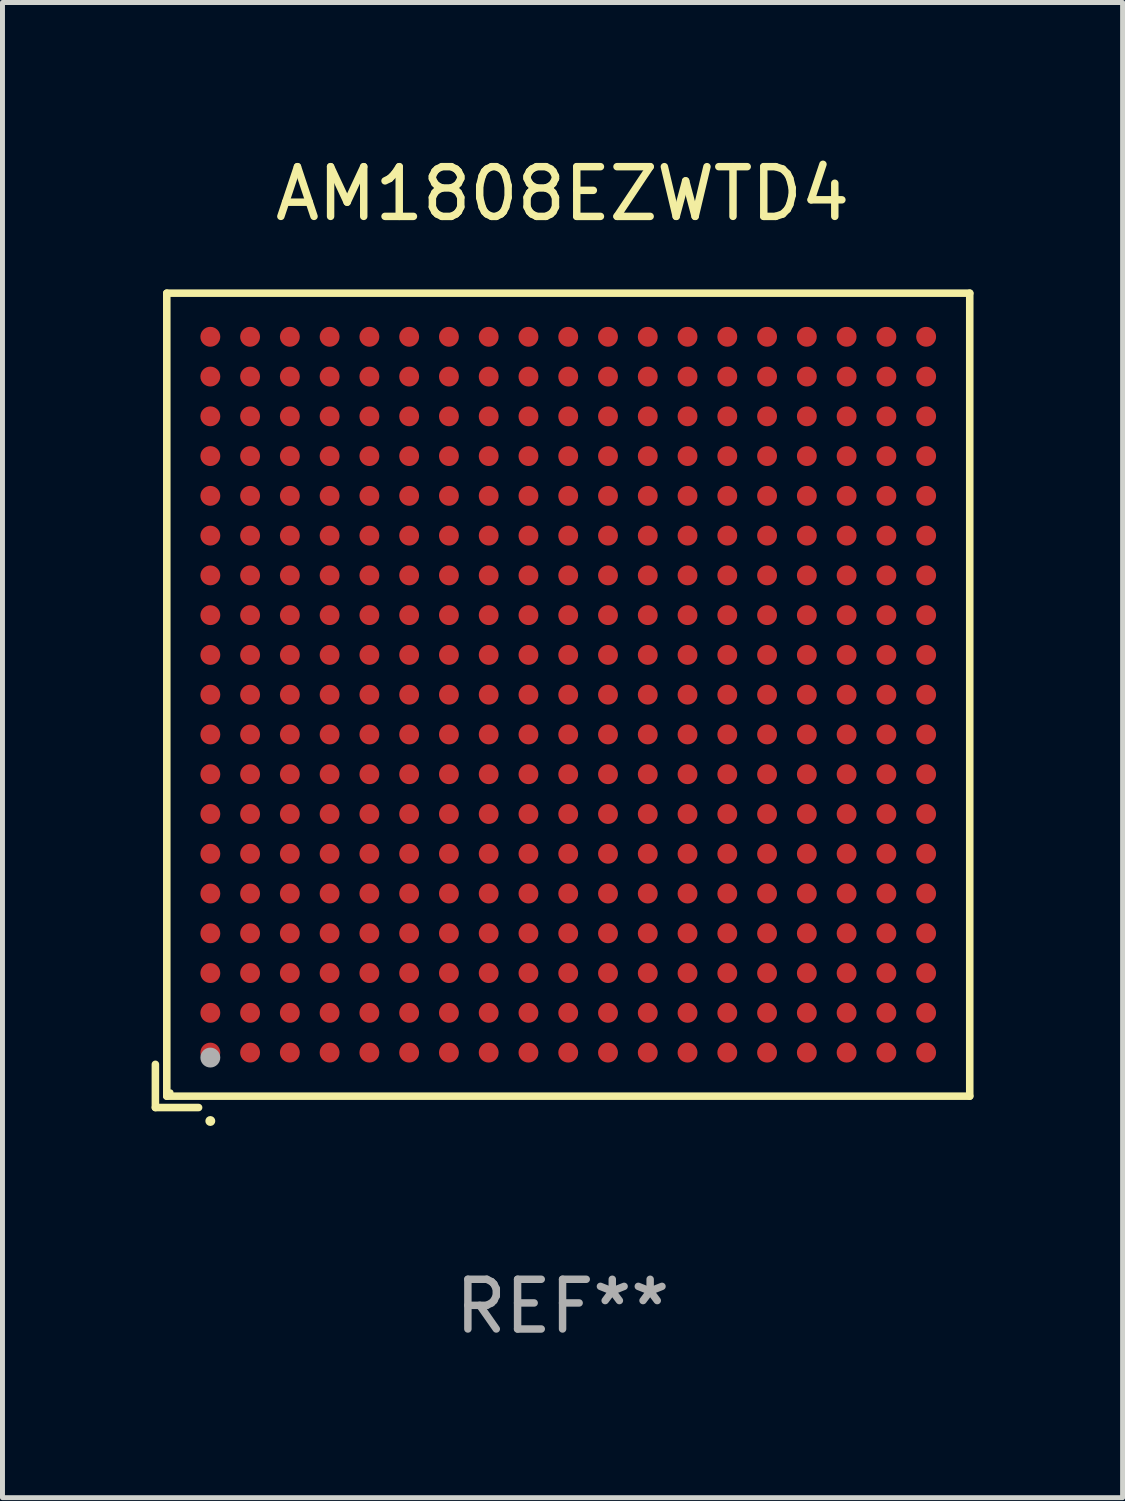
<source format=kicad_pcb>
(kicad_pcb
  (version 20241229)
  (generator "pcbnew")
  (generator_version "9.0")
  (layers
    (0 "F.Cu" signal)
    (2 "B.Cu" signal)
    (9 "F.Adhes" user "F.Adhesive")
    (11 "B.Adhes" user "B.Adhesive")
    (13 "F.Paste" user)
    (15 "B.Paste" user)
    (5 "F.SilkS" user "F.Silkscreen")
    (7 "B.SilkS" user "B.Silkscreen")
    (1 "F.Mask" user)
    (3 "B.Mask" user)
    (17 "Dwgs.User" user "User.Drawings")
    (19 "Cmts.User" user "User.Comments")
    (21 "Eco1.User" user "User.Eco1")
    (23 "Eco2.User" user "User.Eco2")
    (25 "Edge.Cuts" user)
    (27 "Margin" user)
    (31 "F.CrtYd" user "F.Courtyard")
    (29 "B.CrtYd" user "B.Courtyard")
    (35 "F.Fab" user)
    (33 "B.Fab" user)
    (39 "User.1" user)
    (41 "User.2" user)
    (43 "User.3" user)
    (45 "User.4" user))
  (footprint "AM1808EZWTD4"
    (layer "F.Cu")
    (at 8.267 11.039)
    (property "Reference" "AM1808EZWTD4" (at 0 -10.191 0) (layer "F.SilkS") (effects (font (size 1 1) (thickness 0.15))))
    (attr through_hole)
    (fp_line (start -8.191 7.322) (end -8.191 8.191) (stroke (width 0.152) (type solid)) (layer "F.SilkS"))
    (fp_line (start -8.191 8.191) (end -7.322 8.191) (stroke (width 0.152) (type solid)) (layer "F.SilkS"))
    (fp_line (start -7.962 -8.191) (end 8.191 -8.191) (stroke (width 0.152) (type solid)) (layer "F.SilkS"))
    (fp_line (start -7.962 7.962) (end -7.962 -8.191) (stroke (width 0.152) (type solid)) (layer "F.SilkS"))
    (fp_line (start 8.191 -8.191) (end 8.191 7.962) (stroke (width 0.152) (type solid)) (layer "F.SilkS"))
    (fp_line (start 8.191 7.962) (end -7.962 7.962) (stroke (width 0.152) (type solid)) (layer "F.SilkS"))
    (fp_circle (center -7.886 7.886) (end -7.856 7.886) (stroke (width 0.06) (type solid)) (fill no) (layer "F.SilkS"))
    (fp_circle (center -7.086 8.462) (end -7.036 8.462) (stroke (width 0.1) (type solid)) (fill no) (layer "F.SilkS"))
    (fp_circle (center -7.086 7.186) (end -6.986 7.186) (stroke (width 0.2) (type solid)) (fill no) (layer "F.Fab"))
    (fp_text user "REF**" (at 0 12.191 0) (layer "F.Fab") (effects (font (size 1 1) (thickness 0.15))))
    (pad "A1" smd circle (at -7.086 7.086) (size 0.4 0.4) (layers "F.Cu" "F.Mask" "F.Paste"))
    (pad "A2" smd circle (at -7.086 6.286) (size 0.4 0.4) (layers "F.Cu" "F.Mask" "F.Paste"))
    (pad "A3" smd circle (at -7.086 5.486) (size 0.4 0.4) (layers "F.Cu" "F.Mask" "F.Paste"))
    (pad "A4" smd circle (at -7.086 4.686) (size 0.4 0.4) (layers "F.Cu" "F.Mask" "F.Paste"))
    (pad "A5" smd circle (at -7.086 3.886) (size 0.4 0.4) (layers "F.Cu" "F.Mask" "F.Paste"))
    (pad "A6" smd circle (at -7.086 3.086) (size 0.4 0.4) (layers "F.Cu" "F.Mask" "F.Paste"))
    (pad "A7" smd circle (at -7.086 2.286) (size 0.4 0.4) (layers "F.Cu" "F.Mask" "F.Paste"))
    (pad "A8" smd circle (at -7.086 1.486) (size 0.4 0.4) (layers "F.Cu" "F.Mask" "F.Paste"))
    (pad "A9" smd circle (at -7.086 0.686) (size 0.4 0.4) (layers "F.Cu" "F.Mask" "F.Paste"))
    (pad "A10" smd circle (at -7.086 -0.114) (size 0.4 0.4) (layers "F.Cu" "F.Mask" "F.Paste"))
    (pad "A11" smd circle (at -7.086 -0.914) (size 0.4 0.4) (layers "F.Cu" "F.Mask" "F.Paste"))
    (pad "A12" smd circle (at -7.086 -1.714) (size 0.4 0.4) (layers "F.Cu" "F.Mask" "F.Paste"))
    (pad "A13" smd circle (at -7.086 -2.514) (size 0.4 0.4) (layers "F.Cu" "F.Mask" "F.Paste"))
    (pad "A14" smd circle (at -7.086 -3.314) (size 0.4 0.4) (layers "F.Cu" "F.Mask" "F.Paste"))
    (pad "A15" smd circle (at -7.086 -4.114) (size 0.4 0.4) (layers "F.Cu" "F.Mask" "F.Paste"))
    (pad "A16" smd circle (at -7.086 -4.914) (size 0.4 0.4) (layers "F.Cu" "F.Mask" "F.Paste"))
    (pad "A17" smd circle (at -7.086 -5.714) (size 0.4 0.4) (layers "F.Cu" "F.Mask" "F.Paste"))
    (pad "A18" smd circle (at -7.086 -6.514) (size 0.4 0.4) (layers "F.Cu" "F.Mask" "F.Paste"))
    (pad "A19" smd circle (at -7.086 -7.314) (size 0.4 0.4) (layers "F.Cu" "F.Mask" "F.Paste"))
    (pad "B1" smd circle (at -6.286 7.086) (size 0.4 0.4) (layers "F.Cu" "F.Mask" "F.Paste"))
    (pad "B2" smd circle (at -6.286 6.286) (size 0.4 0.4) (layers "F.Cu" "F.Mask" "F.Paste"))
    (pad "B3" smd circle (at -6.286 5.486) (size 0.4 0.4) (layers "F.Cu" "F.Mask" "F.Paste"))
    (pad "B4" smd circle (at -6.286 4.686) (size 0.4 0.4) (layers "F.Cu" "F.Mask" "F.Paste"))
    (pad "B5" smd circle (at -6.286 3.886) (size 0.4 0.4) (layers "F.Cu" "F.Mask" "F.Paste"))
    (pad "B6" smd circle (at -6.286 3.086) (size 0.4 0.4) (layers "F.Cu" "F.Mask" "F.Paste"))
    (pad "B7" smd circle (at -6.286 2.286) (size 0.4 0.4) (layers "F.Cu" "F.Mask" "F.Paste"))
    (pad "B8" smd circle (at -6.286 1.486) (size 0.4 0.4) (layers "F.Cu" "F.Mask" "F.Paste"))
    (pad "B9" smd circle (at -6.286 0.686) (size 0.4 0.4) (layers "F.Cu" "F.Mask" "F.Paste"))
    (pad "B10" smd circle (at -6.286 -0.114) (size 0.4 0.4) (layers "F.Cu" "F.Mask" "F.Paste"))
    (pad "B11" smd circle (at -6.286 -0.914) (size 0.4 0.4) (layers "F.Cu" "F.Mask" "F.Paste"))
    (pad "B12" smd circle (at -6.286 -1.714) (size 0.4 0.4) (layers "F.Cu" "F.Mask" "F.Paste"))
    (pad "B13" smd circle (at -6.286 -2.514) (size 0.4 0.4) (layers "F.Cu" "F.Mask" "F.Paste"))
    (pad "B14" smd circle (at -6.286 -3.314) (size 0.4 0.4) (layers "F.Cu" "F.Mask" "F.Paste"))
    (pad "B15" smd circle (at -6.286 -4.114) (size 0.4 0.4) (layers "F.Cu" "F.Mask" "F.Paste"))
    (pad "B16" smd circle (at -6.286 -4.914) (size 0.4 0.4) (layers "F.Cu" "F.Mask" "F.Paste"))
    (pad "B17" smd circle (at -6.286 -5.714) (size 0.4 0.4) (layers "F.Cu" "F.Mask" "F.Paste"))
    (pad "B18" smd circle (at -6.286 -6.514) (size 0.4 0.4) (layers "F.Cu" "F.Mask" "F.Paste"))
    (pad "B19" smd circle (at -6.286 -7.314) (size 0.4 0.4) (layers "F.Cu" "F.Mask" "F.Paste"))
    (pad "C1" smd circle (at -5.486 7.086) (size 0.4 0.4) (layers "F.Cu" "F.Mask" "F.Paste"))
    (pad "C2" smd circle (at -5.486 6.286) (size 0.4 0.4) (layers "F.Cu" "F.Mask" "F.Paste"))
    (pad "C3" smd circle (at -5.486 5.486) (size 0.4 0.4) (layers "F.Cu" "F.Mask" "F.Paste"))
    (pad "C4" smd circle (at -5.486 4.686) (size 0.4 0.4) (layers "F.Cu" "F.Mask" "F.Paste"))
    (pad "C5" smd circle (at -5.486 3.886) (size 0.4 0.4) (layers "F.Cu" "F.Mask" "F.Paste"))
    (pad "C6" smd circle (at -5.486 3.086) (size 0.4 0.4) (layers "F.Cu" "F.Mask" "F.Paste"))
    (pad "C7" smd circle (at -5.486 2.286) (size 0.4 0.4) (layers "F.Cu" "F.Mask" "F.Paste"))
    (pad "C8" smd circle (at -5.486 1.486) (size 0.4 0.4) (layers "F.Cu" "F.Mask" "F.Paste"))
    (pad "C9" smd circle (at -5.486 0.686) (size 0.4 0.4) (layers "F.Cu" "F.Mask" "F.Paste"))
    (pad "C10" smd circle (at -5.486 -0.114) (size 0.4 0.4) (layers "F.Cu" "F.Mask" "F.Paste"))
    (pad "C11" smd circle (at -5.486 -0.914) (size 0.4 0.4) (layers "F.Cu" "F.Mask" "F.Paste"))
    (pad "C12" smd circle (at -5.486 -1.714) (size 0.4 0.4) (layers "F.Cu" "F.Mask" "F.Paste"))
    (pad "C13" smd circle (at -5.486 -2.514) (size 0.4 0.4) (layers "F.Cu" "F.Mask" "F.Paste"))
    (pad "C14" smd circle (at -5.486 -3.314) (size 0.4 0.4) (layers "F.Cu" "F.Mask" "F.Paste"))
    (pad "C15" smd circle (at -5.486 -4.114) (size 0.4 0.4) (layers "F.Cu" "F.Mask" "F.Paste"))
    (pad "C16" smd circle (at -5.486 -4.914) (size 0.4 0.4) (layers "F.Cu" "F.Mask" "F.Paste"))
    (pad "C17" smd circle (at -5.486 -5.714) (size 0.4 0.4) (layers "F.Cu" "F.Mask" "F.Paste"))
    (pad "C18" smd circle (at -5.486 -6.514) (size 0.4 0.4) (layers "F.Cu" "F.Mask" "F.Paste"))
    (pad "C19" smd circle (at -5.486 -7.314) (size 0.4 0.4) (layers "F.Cu" "F.Mask" "F.Paste"))
    (pad "D1" smd circle (at -4.686 7.086) (size 0.4 0.4) (layers "F.Cu" "F.Mask" "F.Paste"))
    (pad "D2" smd circle (at -4.686 6.286) (size 0.4 0.4) (layers "F.Cu" "F.Mask" "F.Paste"))
    (pad "D3" smd circle (at -4.686 5.486) (size 0.4 0.4) (layers "F.Cu" "F.Mask" "F.Paste"))
    (pad "D4" smd circle (at -4.686 4.686) (size 0.4 0.4) (layers "F.Cu" "F.Mask" "F.Paste"))
    (pad "D5" smd circle (at -4.686 3.886) (size 0.4 0.4) (layers "F.Cu" "F.Mask" "F.Paste"))
    (pad "D6" smd circle (at -4.686 3.086) (size 0.4 0.4) (layers "F.Cu" "F.Mask" "F.Paste"))
    (pad "D7" smd circle (at -4.686 2.286) (size 0.4 0.4) (layers "F.Cu" "F.Mask" "F.Paste"))
    (pad "D8" smd circle (at -4.686 1.486) (size 0.4 0.4) (layers "F.Cu" "F.Mask" "F.Paste"))
    (pad "D9" smd circle (at -4.686 0.686) (size 0.4 0.4) (layers "F.Cu" "F.Mask" "F.Paste"))
    (pad "D10" smd circle (at -4.686 -0.114) (size 0.4 0.4) (layers "F.Cu" "F.Mask" "F.Paste"))
    (pad "D11" smd circle (at -4.686 -0.914) (size 0.4 0.4) (layers "F.Cu" "F.Mask" "F.Paste"))
    (pad "D12" smd circle (at -4.686 -1.714) (size 0.4 0.4) (layers "F.Cu" "F.Mask" "F.Paste"))
    (pad "D13" smd circle (at -4.686 -2.514) (size 0.4 0.4) (layers "F.Cu" "F.Mask" "F.Paste"))
    (pad "D14" smd circle (at -4.686 -3.314) (size 0.4 0.4) (layers "F.Cu" "F.Mask" "F.Paste"))
    (pad "D15" smd circle (at -4.686 -4.114) (size 0.4 0.4) (layers "F.Cu" "F.Mask" "F.Paste"))
    (pad "D16" smd circle (at -4.686 -4.914) (size 0.4 0.4) (layers "F.Cu" "F.Mask" "F.Paste"))
    (pad "D17" smd circle (at -4.686 -5.714) (size 0.4 0.4) (layers "F.Cu" "F.Mask" "F.Paste"))
    (pad "D18" smd circle (at -4.686 -6.514) (size 0.4 0.4) (layers "F.Cu" "F.Mask" "F.Paste"))
    (pad "D19" smd circle (at -4.686 -7.314) (size 0.4 0.4) (layers "F.Cu" "F.Mask" "F.Paste"))
    (pad "E1" smd circle (at -3.886 7.086) (size 0.4 0.4) (layers "F.Cu" "F.Mask" "F.Paste"))
    (pad "E2" smd circle (at -3.886 6.286) (size 0.4 0.4) (layers "F.Cu" "F.Mask" "F.Paste"))
    (pad "E3" smd circle (at -3.886 5.486) (size 0.4 0.4) (layers "F.Cu" "F.Mask" "F.Paste"))
    (pad "E4" smd circle (at -3.886 4.686) (size 0.4 0.4) (layers "F.Cu" "F.Mask" "F.Paste"))
    (pad "E5" smd circle (at -3.886 3.886) (size 0.4 0.4) (layers "F.Cu" "F.Mask" "F.Paste"))
    (pad "E6" smd circle (at -3.886 3.086) (size 0.4 0.4) (layers "F.Cu" "F.Mask" "F.Paste"))
    (pad "E7" smd circle (at -3.886 2.286) (size 0.4 0.4) (layers "F.Cu" "F.Mask" "F.Paste"))
    (pad "E8" smd circle (at -3.886 1.486) (size 0.4 0.4) (layers "F.Cu" "F.Mask" "F.Paste"))
    (pad "E9" smd circle (at -3.886 0.686) (size 0.4 0.4) (layers "F.Cu" "F.Mask" "F.Paste"))
    (pad "E10" smd circle (at -3.886 -0.114) (size 0.4 0.4) (layers "F.Cu" "F.Mask" "F.Paste"))
    (pad "E11" smd circle (at -3.886 -0.914) (size 0.4 0.4) (layers "F.Cu" "F.Mask" "F.Paste"))
    (pad "E12" smd circle (at -3.886 -1.714) (size 0.4 0.4) (layers "F.Cu" "F.Mask" "F.Paste"))
    (pad "E13" smd circle (at -3.886 -2.514) (size 0.4 0.4) (layers "F.Cu" "F.Mask" "F.Paste"))
    (pad "E14" smd circle (at -3.886 -3.314) (size 0.4 0.4) (layers "F.Cu" "F.Mask" "F.Paste"))
    (pad "E15" smd circle (at -3.886 -4.114) (size 0.4 0.4) (layers "F.Cu" "F.Mask" "F.Paste"))
    (pad "E16" smd circle (at -3.886 -4.914) (size 0.4 0.4) (layers "F.Cu" "F.Mask" "F.Paste"))
    (pad "E17" smd circle (at -3.886 -5.714) (size 0.4 0.4) (layers "F.Cu" "F.Mask" "F.Paste"))
    (pad "E18" smd circle (at -3.886 -6.514) (size 0.4 0.4) (layers "F.Cu" "F.Mask" "F.Paste"))
    (pad "E19" smd circle (at -3.886 -7.314) (size 0.4 0.4) (layers "F.Cu" "F.Mask" "F.Paste"))
    (pad "F1" smd circle (at -3.086 7.086) (size 0.4 0.4) (layers "F.Cu" "F.Mask" "F.Paste"))
    (pad "F2" smd circle (at -3.086 6.286) (size 0.4 0.4) (layers "F.Cu" "F.Mask" "F.Paste"))
    (pad "F3" smd circle (at -3.086 5.486) (size 0.4 0.4) (layers "F.Cu" "F.Mask" "F.Paste"))
    (pad "F4" smd circle (at -3.086 4.686) (size 0.4 0.4) (layers "F.Cu" "F.Mask" "F.Paste"))
    (pad "F5" smd circle (at -3.086 3.886) (size 0.4 0.4) (layers "F.Cu" "F.Mask" "F.Paste"))
    (pad "F6" smd circle (at -3.086 3.086) (size 0.4 0.4) (layers "F.Cu" "F.Mask" "F.Paste"))
    (pad "F7" smd circle (at -3.086 2.286) (size 0.4 0.4) (layers "F.Cu" "F.Mask" "F.Paste"))
    (pad "F8" smd circle (at -3.086 1.486) (size 0.4 0.4) (layers "F.Cu" "F.Mask" "F.Paste"))
    (pad "F9" smd circle (at -3.086 0.686) (size 0.4 0.4) (layers "F.Cu" "F.Mask" "F.Paste"))
    (pad "F10" smd circle (at -3.086 -0.114) (size 0.4 0.4) (layers "F.Cu" "F.Mask" "F.Paste"))
    (pad "F11" smd circle (at -3.086 -0.914) (size 0.4 0.4) (layers "F.Cu" "F.Mask" "F.Paste"))
    (pad "F12" smd circle (at -3.086 -1.714) (size 0.4 0.4) (layers "F.Cu" "F.Mask" "F.Paste"))
    (pad "F13" smd circle (at -3.086 -2.514) (size 0.4 0.4) (layers "F.Cu" "F.Mask" "F.Paste"))
    (pad "F14" smd circle (at -3.086 -3.314) (size 0.4 0.4) (layers "F.Cu" "F.Mask" "F.Paste"))
    (pad "F15" smd circle (at -3.086 -4.114) (size 0.4 0.4) (layers "F.Cu" "F.Mask" "F.Paste"))
    (pad "F16" smd circle (at -3.086 -4.914) (size 0.4 0.4) (layers "F.Cu" "F.Mask" "F.Paste"))
    (pad "F17" smd circle (at -3.086 -5.714) (size 0.4 0.4) (layers "F.Cu" "F.Mask" "F.Paste"))
    (pad "F18" smd circle (at -3.086 -6.514) (size 0.4 0.4) (layers "F.Cu" "F.Mask" "F.Paste"))
    (pad "F19" smd circle (at -3.086 -7.314) (size 0.4 0.4) (layers "F.Cu" "F.Mask" "F.Paste"))
    (pad "G1" smd circle (at -2.286 7.086) (size 0.4 0.4) (layers "F.Cu" "F.Mask" "F.Paste"))
    (pad "G2" smd circle (at -2.286 6.286) (size 0.4 0.4) (layers "F.Cu" "F.Mask" "F.Paste"))
    (pad "G3" smd circle (at -2.286 5.486) (size 0.4 0.4) (layers "F.Cu" "F.Mask" "F.Paste"))
    (pad "G4" smd circle (at -2.286 4.686) (size 0.4 0.4) (layers "F.Cu" "F.Mask" "F.Paste"))
    (pad "G5" smd circle (at -2.286 3.886) (size 0.4 0.4) (layers "F.Cu" "F.Mask" "F.Paste"))
    (pad "G6" smd circle (at -2.286 3.086) (size 0.4 0.4) (layers "F.Cu" "F.Mask" "F.Paste"))
    (pad "G7" smd circle (at -2.286 2.286) (size 0.4 0.4) (layers "F.Cu" "F.Mask" "F.Paste"))
    (pad "G8" smd circle (at -2.286 1.486) (size 0.4 0.4) (layers "F.Cu" "F.Mask" "F.Paste"))
    (pad "G9" smd circle (at -2.286 0.686) (size 0.4 0.4) (layers "F.Cu" "F.Mask" "F.Paste"))
    (pad "G10" smd circle (at -2.286 -0.114) (size 0.4 0.4) (layers "F.Cu" "F.Mask" "F.Paste"))
    (pad "G11" smd circle (at -2.286 -0.914) (size 0.4 0.4) (layers "F.Cu" "F.Mask" "F.Paste"))
    (pad "G12" smd circle (at -2.286 -1.714) (size 0.4 0.4) (layers "F.Cu" "F.Mask" "F.Paste"))
    (pad "G13" smd circle (at -2.286 -2.514) (size 0.4 0.4) (layers "F.Cu" "F.Mask" "F.Paste"))
    (pad "G14" smd circle (at -2.286 -3.314) (size 0.4 0.4) (layers "F.Cu" "F.Mask" "F.Paste"))
    (pad "G15" smd circle (at -2.286 -4.114) (size 0.4 0.4) (layers "F.Cu" "F.Mask" "F.Paste"))
    (pad "G16" smd circle (at -2.286 -4.914) (size 0.4 0.4) (layers "F.Cu" "F.Mask" "F.Paste"))
    (pad "G17" smd circle (at -2.286 -5.714) (size 0.4 0.4) (layers "F.Cu" "F.Mask" "F.Paste"))
    (pad "G18" smd circle (at -2.286 -6.514) (size 0.4 0.4) (layers "F.Cu" "F.Mask" "F.Paste"))
    (pad "G19" smd circle (at -2.286 -7.314) (size 0.4 0.4) (layers "F.Cu" "F.Mask" "F.Paste"))
    (pad "H1" smd circle (at -1.486 7.086) (size 0.4 0.4) (layers "F.Cu" "F.Mask" "F.Paste"))
    (pad "H2" smd circle (at -1.486 6.286) (size 0.4 0.4) (layers "F.Cu" "F.Mask" "F.Paste"))
    (pad "H3" smd circle (at -1.486 5.486) (size 0.4 0.4) (layers "F.Cu" "F.Mask" "F.Paste"))
    (pad "H4" smd circle (at -1.486 4.686) (size 0.4 0.4) (layers "F.Cu" "F.Mask" "F.Paste"))
    (pad "H5" smd circle (at -1.486 3.886) (size 0.4 0.4) (layers "F.Cu" "F.Mask" "F.Paste"))
    (pad "H6" smd circle (at -1.486 3.086) (size 0.4 0.4) (layers "F.Cu" "F.Mask" "F.Paste"))
    (pad "H7" smd circle (at -1.486 2.286) (size 0.4 0.4) (layers "F.Cu" "F.Mask" "F.Paste"))
    (pad "H8" smd circle (at -1.486 1.486) (size 0.4 0.4) (layers "F.Cu" "F.Mask" "F.Paste"))
    (pad "H9" smd circle (at -1.486 0.686) (size 0.4 0.4) (layers "F.Cu" "F.Mask" "F.Paste"))
    (pad "H10" smd circle (at -1.486 -0.114) (size 0.4 0.4) (layers "F.Cu" "F.Mask" "F.Paste"))
    (pad "H11" smd circle (at -1.486 -0.914) (size 0.4 0.4) (layers "F.Cu" "F.Mask" "F.Paste"))
    (pad "H12" smd circle (at -1.486 -1.714) (size 0.4 0.4) (layers "F.Cu" "F.Mask" "F.Paste"))
    (pad "H13" smd circle (at -1.486 -2.514) (size 0.4 0.4) (layers "F.Cu" "F.Mask" "F.Paste"))
    (pad "H14" smd circle (at -1.486 -3.314) (size 0.4 0.4) (layers "F.Cu" "F.Mask" "F.Paste"))
    (pad "H15" smd circle (at -1.486 -4.114) (size 0.4 0.4) (layers "F.Cu" "F.Mask" "F.Paste"))
    (pad "H16" smd circle (at -1.486 -4.914) (size 0.4 0.4) (layers "F.Cu" "F.Mask" "F.Paste"))
    (pad "H17" smd circle (at -1.486 -5.714) (size 0.4 0.4) (layers "F.Cu" "F.Mask" "F.Paste"))
    (pad "H18" smd circle (at -1.486 -6.514) (size 0.4 0.4) (layers "F.Cu" "F.Mask" "F.Paste"))
    (pad "H19" smd circle (at -1.486 -7.314) (size 0.4 0.4) (layers "F.Cu" "F.Mask" "F.Paste"))
    (pad "J1" smd circle (at -0.686 7.086) (size 0.4 0.4) (layers "F.Cu" "F.Mask" "F.Paste"))
    (pad "J2" smd circle (at -0.686 6.286) (size 0.4 0.4) (layers "F.Cu" "F.Mask" "F.Paste"))
    (pad "J3" smd circle (at -0.686 5.486) (size 0.4 0.4) (layers "F.Cu" "F.Mask" "F.Paste"))
    (pad "J4" smd circle (at -0.686 4.686) (size 0.4 0.4) (layers "F.Cu" "F.Mask" "F.Paste"))
    (pad "J5" smd circle (at -0.686 3.886) (size 0.4 0.4) (layers "F.Cu" "F.Mask" "F.Paste"))
    (pad "J6" smd circle (at -0.686 3.086) (size 0.4 0.4) (layers "F.Cu" "F.Mask" "F.Paste"))
    (pad "J7" smd circle (at -0.686 2.286) (size 0.4 0.4) (layers "F.Cu" "F.Mask" "F.Paste"))
    (pad "J8" smd circle (at -0.686 1.486) (size 0.4 0.4) (layers "F.Cu" "F.Mask" "F.Paste"))
    (pad "J9" smd circle (at -0.686 0.686) (size 0.4 0.4) (layers "F.Cu" "F.Mask" "F.Paste"))
    (pad "J10" smd circle (at -0.686 -0.114) (size 0.4 0.4) (layers "F.Cu" "F.Mask" "F.Paste"))
    (pad "J11" smd circle (at -0.686 -0.914) (size 0.4 0.4) (layers "F.Cu" "F.Mask" "F.Paste"))
    (pad "J12" smd circle (at -0.686 -1.714) (size 0.4 0.4) (layers "F.Cu" "F.Mask" "F.Paste"))
    (pad "J13" smd circle (at -0.686 -2.514) (size 0.4 0.4) (layers "F.Cu" "F.Mask" "F.Paste"))
    (pad "J14" smd circle (at -0.686 -3.314) (size 0.4 0.4) (layers "F.Cu" "F.Mask" "F.Paste"))
    (pad "J15" smd circle (at -0.686 -4.114) (size 0.4 0.4) (layers "F.Cu" "F.Mask" "F.Paste"))
    (pad "J16" smd circle (at -0.686 -4.914) (size 0.4 0.4) (layers "F.Cu" "F.Mask" "F.Paste"))
    (pad "J17" smd circle (at -0.686 -5.714) (size 0.4 0.4) (layers "F.Cu" "F.Mask" "F.Paste"))
    (pad "J18" smd circle (at -0.686 -6.514) (size 0.4 0.4) (layers "F.Cu" "F.Mask" "F.Paste"))
    (pad "J19" smd circle (at -0.686 -7.314) (size 0.4 0.4) (layers "F.Cu" "F.Mask" "F.Paste"))
    (pad "K1" smd circle (at 0.114 7.086) (size 0.4 0.4) (layers "F.Cu" "F.Mask" "F.Paste"))
    (pad "K2" smd circle (at 0.114 6.286) (size 0.4 0.4) (layers "F.Cu" "F.Mask" "F.Paste"))
    (pad "K3" smd circle (at 0.114 5.486) (size 0.4 0.4) (layers "F.Cu" "F.Mask" "F.Paste"))
    (pad "K4" smd circle (at 0.114 4.686) (size 0.4 0.4) (layers "F.Cu" "F.Mask" "F.Paste"))
    (pad "K5" smd circle (at 0.114 3.886) (size 0.4 0.4) (layers "F.Cu" "F.Mask" "F.Paste"))
    (pad "K6" smd circle (at 0.114 3.086) (size 0.4 0.4) (layers "F.Cu" "F.Mask" "F.Paste"))
    (pad "K7" smd circle (at 0.114 2.286) (size 0.4 0.4) (layers "F.Cu" "F.Mask" "F.Paste"))
    (pad "K8" smd circle (at 0.114 1.486) (size 0.4 0.4) (layers "F.Cu" "F.Mask" "F.Paste"))
    (pad "K9" smd circle (at 0.114 0.686) (size 0.4 0.4) (layers "F.Cu" "F.Mask" "F.Paste"))
    (pad "K10" smd circle (at 0.114 -0.114) (size 0.4 0.4) (layers "F.Cu" "F.Mask" "F.Paste"))
    (pad "K11" smd circle (at 0.114 -0.914) (size 0.4 0.4) (layers "F.Cu" "F.Mask" "F.Paste"))
    (pad "K12" smd circle (at 0.114 -1.714) (size 0.4 0.4) (layers "F.Cu" "F.Mask" "F.Paste"))
    (pad "K13" smd circle (at 0.114 -2.514) (size 0.4 0.4) (layers "F.Cu" "F.Mask" "F.Paste"))
    (pad "K14" smd circle (at 0.114 -3.314) (size 0.4 0.4) (layers "F.Cu" "F.Mask" "F.Paste"))
    (pad "K15" smd circle (at 0.114 -4.114) (size 0.4 0.4) (layers "F.Cu" "F.Mask" "F.Paste"))
    (pad "K16" smd circle (at 0.114 -4.914) (size 0.4 0.4) (layers "F.Cu" "F.Mask" "F.Paste"))
    (pad "K17" smd circle (at 0.114 -5.714) (size 0.4 0.4) (layers "F.Cu" "F.Mask" "F.Paste"))
    (pad "K18" smd circle (at 0.114 -6.514) (size 0.4 0.4) (layers "F.Cu" "F.Mask" "F.Paste"))
    (pad "K19" smd circle (at 0.114 -7.314) (size 0.4 0.4) (layers "F.Cu" "F.Mask" "F.Paste"))
    (pad "L1" smd circle (at 0.914 7.086) (size 0.4 0.4) (layers "F.Cu" "F.Mask" "F.Paste"))
    (pad "L2" smd circle (at 0.914 6.286) (size 0.4 0.4) (layers "F.Cu" "F.Mask" "F.Paste"))
    (pad "L3" smd circle (at 0.914 5.486) (size 0.4 0.4) (layers "F.Cu" "F.Mask" "F.Paste"))
    (pad "L4" smd circle (at 0.914 4.686) (size 0.4 0.4) (layers "F.Cu" "F.Mask" "F.Paste"))
    (pad "L5" smd circle (at 0.914 3.886) (size 0.4 0.4) (layers "F.Cu" "F.Mask" "F.Paste"))
    (pad "L6" smd circle (at 0.914 3.086) (size 0.4 0.4) (layers "F.Cu" "F.Mask" "F.Paste"))
    (pad "L7" smd circle (at 0.914 2.286) (size 0.4 0.4) (layers "F.Cu" "F.Mask" "F.Paste"))
    (pad "L8" smd circle (at 0.914 1.486) (size 0.4 0.4) (layers "F.Cu" "F.Mask" "F.Paste"))
    (pad "L9" smd circle (at 0.914 0.686) (size 0.4 0.4) (layers "F.Cu" "F.Mask" "F.Paste"))
    (pad "L10" smd circle (at 0.914 -0.114) (size 0.4 0.4) (layers "F.Cu" "F.Mask" "F.Paste"))
    (pad "L11" smd circle (at 0.914 -0.914) (size 0.4 0.4) (layers "F.Cu" "F.Mask" "F.Paste"))
    (pad "L12" smd circle (at 0.914 -1.714) (size 0.4 0.4) (layers "F.Cu" "F.Mask" "F.Paste"))
    (pad "L13" smd circle (at 0.914 -2.514) (size 0.4 0.4) (layers "F.Cu" "F.Mask" "F.Paste"))
    (pad "L14" smd circle (at 0.914 -3.314) (size 0.4 0.4) (layers "F.Cu" "F.Mask" "F.Paste"))
    (pad "L15" smd circle (at 0.914 -4.114) (size 0.4 0.4) (layers "F.Cu" "F.Mask" "F.Paste"))
    (pad "L16" smd circle (at 0.914 -4.914) (size 0.4 0.4) (layers "F.Cu" "F.Mask" "F.Paste"))
    (pad "L17" smd circle (at 0.914 -5.714) (size 0.4 0.4) (layers "F.Cu" "F.Mask" "F.Paste"))
    (pad "L18" smd circle (at 0.914 -6.514) (size 0.4 0.4) (layers "F.Cu" "F.Mask" "F.Paste"))
    (pad "L19" smd circle (at 0.914 -7.314) (size 0.4 0.4) (layers "F.Cu" "F.Mask" "F.Paste"))
    (pad "M1" smd circle (at 1.714 7.086) (size 0.4 0.4) (layers "F.Cu" "F.Mask" "F.Paste"))
    (pad "M2" smd circle (at 1.714 6.286) (size 0.4 0.4) (layers "F.Cu" "F.Mask" "F.Paste"))
    (pad "M3" smd circle (at 1.714 5.486) (size 0.4 0.4) (layers "F.Cu" "F.Mask" "F.Paste"))
    (pad "M4" smd circle (at 1.714 4.686) (size 0.4 0.4) (layers "F.Cu" "F.Mask" "F.Paste"))
    (pad "M5" smd circle (at 1.714 3.886) (size 0.4 0.4) (layers "F.Cu" "F.Mask" "F.Paste"))
    (pad "M6" smd circle (at 1.714 3.086) (size 0.4 0.4) (layers "F.Cu" "F.Mask" "F.Paste"))
    (pad "M7" smd circle (at 1.714 2.286) (size 0.4 0.4) (layers "F.Cu" "F.Mask" "F.Paste"))
    (pad "M8" smd circle (at 1.714 1.486) (size 0.4 0.4) (layers "F.Cu" "F.Mask" "F.Paste"))
    (pad "M9" smd circle (at 1.714 0.686) (size 0.4 0.4) (layers "F.Cu" "F.Mask" "F.Paste"))
    (pad "M10" smd circle (at 1.714 -0.114) (size 0.4 0.4) (layers "F.Cu" "F.Mask" "F.Paste"))
    (pad "M11" smd circle (at 1.714 -0.914) (size 0.4 0.4) (layers "F.Cu" "F.Mask" "F.Paste"))
    (pad "M12" smd circle (at 1.714 -1.714) (size 0.4 0.4) (layers "F.Cu" "F.Mask" "F.Paste"))
    (pad "M13" smd circle (at 1.714 -2.514) (size 0.4 0.4) (layers "F.Cu" "F.Mask" "F.Paste"))
    (pad "M14" smd circle (at 1.714 -3.314) (size 0.4 0.4) (layers "F.Cu" "F.Mask" "F.Paste"))
    (pad "M15" smd circle (at 1.714 -4.114) (size 0.4 0.4) (layers "F.Cu" "F.Mask" "F.Paste"))
    (pad "M16" smd circle (at 1.714 -4.914) (size 0.4 0.4) (layers "F.Cu" "F.Mask" "F.Paste"))
    (pad "M17" smd circle (at 1.714 -5.714) (size 0.4 0.4) (layers "F.Cu" "F.Mask" "F.Paste"))
    (pad "M18" smd circle (at 1.714 -6.514) (size 0.4 0.4) (layers "F.Cu" "F.Mask" "F.Paste"))
    (pad "M19" smd circle (at 1.714 -7.314) (size 0.4 0.4) (layers "F.Cu" "F.Mask" "F.Paste"))
    (pad "N1" smd circle (at 2.514 7.086) (size 0.4 0.4) (layers "F.Cu" "F.Mask" "F.Paste"))
    (pad "N2" smd circle (at 2.514 6.286) (size 0.4 0.4) (layers "F.Cu" "F.Mask" "F.Paste"))
    (pad "N3" smd circle (at 2.514 5.486) (size 0.4 0.4) (layers "F.Cu" "F.Mask" "F.Paste"))
    (pad "N4" smd circle (at 2.514 4.686) (size 0.4 0.4) (layers "F.Cu" "F.Mask" "F.Paste"))
    (pad "N5" smd circle (at 2.514 3.886) (size 0.4 0.4) (layers "F.Cu" "F.Mask" "F.Paste"))
    (pad "N6" smd circle (at 2.514 3.086) (size 0.4 0.4) (layers "F.Cu" "F.Mask" "F.Paste"))
    (pad "N7" smd circle (at 2.514 2.286) (size 0.4 0.4) (layers "F.Cu" "F.Mask" "F.Paste"))
    (pad "N8" smd circle (at 2.514 1.486) (size 0.4 0.4) (layers "F.Cu" "F.Mask" "F.Paste"))
    (pad "N9" smd circle (at 2.514 0.686) (size 0.4 0.4) (layers "F.Cu" "F.Mask" "F.Paste"))
    (pad "N10" smd circle (at 2.514 -0.114) (size 0.4 0.4) (layers "F.Cu" "F.Mask" "F.Paste"))
    (pad "N11" smd circle (at 2.514 -0.914) (size 0.4 0.4) (layers "F.Cu" "F.Mask" "F.Paste"))
    (pad "N12" smd circle (at 2.514 -1.714) (size 0.4 0.4) (layers "F.Cu" "F.Mask" "F.Paste"))
    (pad "N13" smd circle (at 2.514 -2.514) (size 0.4 0.4) (layers "F.Cu" "F.Mask" "F.Paste"))
    (pad "N14" smd circle (at 2.514 -3.314) (size 0.4 0.4) (layers "F.Cu" "F.Mask" "F.Paste"))
    (pad "N15" smd circle (at 2.514 -4.114) (size 0.4 0.4) (layers "F.Cu" "F.Mask" "F.Paste"))
    (pad "N16" smd circle (at 2.514 -4.914) (size 0.4 0.4) (layers "F.Cu" "F.Mask" "F.Paste"))
    (pad "N17" smd circle (at 2.514 -5.714) (size 0.4 0.4) (layers "F.Cu" "F.Mask" "F.Paste"))
    (pad "N18" smd circle (at 2.514 -6.514) (size 0.4 0.4) (layers "F.Cu" "F.Mask" "F.Paste"))
    (pad "N19" smd circle (at 2.514 -7.314) (size 0.4 0.4) (layers "F.Cu" "F.Mask" "F.Paste"))
    (pad "P1" smd circle (at 3.314 7.086) (size 0.4 0.4) (layers "F.Cu" "F.Mask" "F.Paste"))
    (pad "P2" smd circle (at 3.314 6.286) (size 0.4 0.4) (layers "F.Cu" "F.Mask" "F.Paste"))
    (pad "P3" smd circle (at 3.314 5.486) (size 0.4 0.4) (layers "F.Cu" "F.Mask" "F.Paste"))
    (pad "P4" smd circle (at 3.314 4.686) (size 0.4 0.4) (layers "F.Cu" "F.Mask" "F.Paste"))
    (pad "P5" smd circle (at 3.314 3.886) (size 0.4 0.4) (layers "F.Cu" "F.Mask" "F.Paste"))
    (pad "P6" smd circle (at 3.314 3.086) (size 0.4 0.4) (layers "F.Cu" "F.Mask" "F.Paste"))
    (pad "P7" smd circle (at 3.314 2.286) (size 0.4 0.4) (layers "F.Cu" "F.Mask" "F.Paste"))
    (pad "P8" smd circle (at 3.314 1.486) (size 0.4 0.4) (layers "F.Cu" "F.Mask" "F.Paste"))
    (pad "P9" smd circle (at 3.314 0.686) (size 0.4 0.4) (layers "F.Cu" "F.Mask" "F.Paste"))
    (pad "P10" smd circle (at 3.314 -0.114) (size 0.4 0.4) (layers "F.Cu" "F.Mask" "F.Paste"))
    (pad "P11" smd circle (at 3.314 -0.914) (size 0.4 0.4) (layers "F.Cu" "F.Mask" "F.Paste"))
    (pad "P12" smd circle (at 3.314 -1.714) (size 0.4 0.4) (layers "F.Cu" "F.Mask" "F.Paste"))
    (pad "P13" smd circle (at 3.314 -2.514) (size 0.4 0.4) (layers "F.Cu" "F.Mask" "F.Paste"))
    (pad "P14" smd circle (at 3.314 -3.314) (size 0.4 0.4) (layers "F.Cu" "F.Mask" "F.Paste"))
    (pad "P15" smd circle (at 3.314 -4.114) (size 0.4 0.4) (layers "F.Cu" "F.Mask" "F.Paste"))
    (pad "P16" smd circle (at 3.314 -4.914) (size 0.4 0.4) (layers "F.Cu" "F.Mask" "F.Paste"))
    (pad "P17" smd circle (at 3.314 -5.714) (size 0.4 0.4) (layers "F.Cu" "F.Mask" "F.Paste"))
    (pad "P18" smd circle (at 3.314 -6.514) (size 0.4 0.4) (layers "F.Cu" "F.Mask" "F.Paste"))
    (pad "P19" smd circle (at 3.314 -7.314) (size 0.4 0.4) (layers "F.Cu" "F.Mask" "F.Paste"))
    (pad "R1" smd circle (at 4.114 7.086) (size 0.4 0.4) (layers "F.Cu" "F.Mask" "F.Paste"))
    (pad "R2" smd circle (at 4.114 6.286) (size 0.4 0.4) (layers "F.Cu" "F.Mask" "F.Paste"))
    (pad "R3" smd circle (at 4.114 5.486) (size 0.4 0.4) (layers "F.Cu" "F.Mask" "F.Paste"))
    (pad "R4" smd circle (at 4.114 4.686) (size 0.4 0.4) (layers "F.Cu" "F.Mask" "F.Paste"))
    (pad "R5" smd circle (at 4.114 3.886) (size 0.4 0.4) (layers "F.Cu" "F.Mask" "F.Paste"))
    (pad "R6" smd circle (at 4.114 3.086) (size 0.4 0.4) (layers "F.Cu" "F.Mask" "F.Paste"))
    (pad "R7" smd circle (at 4.114 2.286) (size 0.4 0.4) (layers "F.Cu" "F.Mask" "F.Paste"))
    (pad "R8" smd circle (at 4.114 1.486) (size 0.4 0.4) (layers "F.Cu" "F.Mask" "F.Paste"))
    (pad "R9" smd circle (at 4.114 0.686) (size 0.4 0.4) (layers "F.Cu" "F.Mask" "F.Paste"))
    (pad "R10" smd circle (at 4.114 -0.114) (size 0.4 0.4) (layers "F.Cu" "F.Mask" "F.Paste"))
    (pad "R11" smd circle (at 4.114 -0.914) (size 0.4 0.4) (layers "F.Cu" "F.Mask" "F.Paste"))
    (pad "R12" smd circle (at 4.114 -1.714) (size 0.4 0.4) (layers "F.Cu" "F.Mask" "F.Paste"))
    (pad "R13" smd circle (at 4.114 -2.514) (size 0.4 0.4) (layers "F.Cu" "F.Mask" "F.Paste"))
    (pad "R14" smd circle (at 4.114 -3.314) (size 0.4 0.4) (layers "F.Cu" "F.Mask" "F.Paste"))
    (pad "R15" smd circle (at 4.114 -4.114) (size 0.4 0.4) (layers "F.Cu" "F.Mask" "F.Paste"))
    (pad "R16" smd circle (at 4.114 -4.914) (size 0.4 0.4) (layers "F.Cu" "F.Mask" "F.Paste"))
    (pad "R17" smd circle (at 4.114 -5.714) (size 0.4 0.4) (layers "F.Cu" "F.Mask" "F.Paste"))
    (pad "R18" smd circle (at 4.114 -6.514) (size 0.4 0.4) (layers "F.Cu" "F.Mask" "F.Paste"))
    (pad "R19" smd circle (at 4.114 -7.314) (size 0.4 0.4) (layers "F.Cu" "F.Mask" "F.Paste"))
    (pad "T1" smd circle (at 4.914 7.086) (size 0.4 0.4) (layers "F.Cu" "F.Mask" "F.Paste"))
    (pad "T2" smd circle (at 4.914 6.286) (size 0.4 0.4) (layers "F.Cu" "F.Mask" "F.Paste"))
    (pad "T3" smd circle (at 4.914 5.486) (size 0.4 0.4) (layers "F.Cu" "F.Mask" "F.Paste"))
    (pad "T4" smd circle (at 4.914 4.686) (size 0.4 0.4) (layers "F.Cu" "F.Mask" "F.Paste"))
    (pad "T5" smd circle (at 4.914 3.886) (size 0.4 0.4) (layers "F.Cu" "F.Mask" "F.Paste"))
    (pad "T6" smd circle (at 4.914 3.086) (size 0.4 0.4) (layers "F.Cu" "F.Mask" "F.Paste"))
    (pad "T7" smd circle (at 4.914 2.286) (size 0.4 0.4) (layers "F.Cu" "F.Mask" "F.Paste"))
    (pad "T8" smd circle (at 4.914 1.486) (size 0.4 0.4) (layers "F.Cu" "F.Mask" "F.Paste"))
    (pad "T9" smd circle (at 4.914 0.686) (size 0.4 0.4) (layers "F.Cu" "F.Mask" "F.Paste"))
    (pad "T10" smd circle (at 4.914 -0.114) (size 0.4 0.4) (layers "F.Cu" "F.Mask" "F.Paste"))
    (pad "T11" smd circle (at 4.914 -0.914) (size 0.4 0.4) (layers "F.Cu" "F.Mask" "F.Paste"))
    (pad "T12" smd circle (at 4.914 -1.714) (size 0.4 0.4) (layers "F.Cu" "F.Mask" "F.Paste"))
    (pad "T13" smd circle (at 4.914 -2.514) (size 0.4 0.4) (layers "F.Cu" "F.Mask" "F.Paste"))
    (pad "T14" smd circle (at 4.914 -3.314) (size 0.4 0.4) (layers "F.Cu" "F.Mask" "F.Paste"))
    (pad "T15" smd circle (at 4.914 -4.114) (size 0.4 0.4) (layers "F.Cu" "F.Mask" "F.Paste"))
    (pad "T16" smd circle (at 4.914 -4.914) (size 0.4 0.4) (layers "F.Cu" "F.Mask" "F.Paste"))
    (pad "T17" smd circle (at 4.914 -5.714) (size 0.4 0.4) (layers "F.Cu" "F.Mask" "F.Paste"))
    (pad "T18" smd circle (at 4.914 -6.514) (size 0.4 0.4) (layers "F.Cu" "F.Mask" "F.Paste"))
    (pad "T19" smd circle (at 4.914 -7.314) (size 0.4 0.4) (layers "F.Cu" "F.Mask" "F.Paste"))
    (pad "U1" smd circle (at 5.714 7.086) (size 0.4 0.4) (layers "F.Cu" "F.Mask" "F.Paste"))
    (pad "U2" smd circle (at 5.714 6.286) (size 0.4 0.4) (layers "F.Cu" "F.Mask" "F.Paste"))
    (pad "U3" smd circle (at 5.714 5.486) (size 0.4 0.4) (layers "F.Cu" "F.Mask" "F.Paste"))
    (pad "U4" smd circle (at 5.714 4.686) (size 0.4 0.4) (layers "F.Cu" "F.Mask" "F.Paste"))
    (pad "U5" smd circle (at 5.714 3.886) (size 0.4 0.4) (layers "F.Cu" "F.Mask" "F.Paste"))
    (pad "U6" smd circle (at 5.714 3.086) (size 0.4 0.4) (layers "F.Cu" "F.Mask" "F.Paste"))
    (pad "U7" smd circle (at 5.714 2.286) (size 0.4 0.4) (layers "F.Cu" "F.Mask" "F.Paste"))
    (pad "U8" smd circle (at 5.714 1.486) (size 0.4 0.4) (layers "F.Cu" "F.Mask" "F.Paste"))
    (pad "U9" smd circle (at 5.714 0.686) (size 0.4 0.4) (layers "F.Cu" "F.Mask" "F.Paste"))
    (pad "U10" smd circle (at 5.714 -0.114) (size 0.4 0.4) (layers "F.Cu" "F.Mask" "F.Paste"))
    (pad "U11" smd circle (at 5.714 -0.914) (size 0.4 0.4) (layers "F.Cu" "F.Mask" "F.Paste"))
    (pad "U12" smd circle (at 5.714 -1.714) (size 0.4 0.4) (layers "F.Cu" "F.Mask" "F.Paste"))
    (pad "U13" smd circle (at 5.714 -2.514) (size 0.4 0.4) (layers "F.Cu" "F.Mask" "F.Paste"))
    (pad "U14" smd circle (at 5.714 -3.314) (size 0.4 0.4) (layers "F.Cu" "F.Mask" "F.Paste"))
    (pad "U15" smd circle (at 5.714 -4.114) (size 0.4 0.4) (layers "F.Cu" "F.Mask" "F.Paste"))
    (pad "U16" smd circle (at 5.714 -4.914) (size 0.4 0.4) (layers "F.Cu" "F.Mask" "F.Paste"))
    (pad "U17" smd circle (at 5.714 -5.714) (size 0.4 0.4) (layers "F.Cu" "F.Mask" "F.Paste"))
    (pad "U18" smd circle (at 5.714 -6.514) (size 0.4 0.4) (layers "F.Cu" "F.Mask" "F.Paste"))
    (pad "U19" smd circle (at 5.714 -7.314) (size 0.4 0.4) (layers "F.Cu" "F.Mask" "F.Paste"))
    (pad "V1" smd circle (at 6.514 7.086) (size 0.4 0.4) (layers "F.Cu" "F.Mask" "F.Paste"))
    (pad "V2" smd circle (at 6.514 6.286) (size 0.4 0.4) (layers "F.Cu" "F.Mask" "F.Paste"))
    (pad "V3" smd circle (at 6.514 5.486) (size 0.4 0.4) (layers "F.Cu" "F.Mask" "F.Paste"))
    (pad "V4" smd circle (at 6.514 4.686) (size 0.4 0.4) (layers "F.Cu" "F.Mask" "F.Paste"))
    (pad "V5" smd circle (at 6.514 3.886) (size 0.4 0.4) (layers "F.Cu" "F.Mask" "F.Paste"))
    (pad "V6" smd circle (at 6.514 3.086) (size 0.4 0.4) (layers "F.Cu" "F.Mask" "F.Paste"))
    (pad "V7" smd circle (at 6.514 2.286) (size 0.4 0.4) (layers "F.Cu" "F.Mask" "F.Paste"))
    (pad "V8" smd circle (at 6.514 1.486) (size 0.4 0.4) (layers "F.Cu" "F.Mask" "F.Paste"))
    (pad "V9" smd circle (at 6.514 0.686) (size 0.4 0.4) (layers "F.Cu" "F.Mask" "F.Paste"))
    (pad "V10" smd circle (at 6.514 -0.114) (size 0.4 0.4) (layers "F.Cu" "F.Mask" "F.Paste"))
    (pad "V11" smd circle (at 6.514 -0.914) (size 0.4 0.4) (layers "F.Cu" "F.Mask" "F.Paste"))
    (pad "V12" smd circle (at 6.514 -1.714) (size 0.4 0.4) (layers "F.Cu" "F.Mask" "F.Paste"))
    (pad "V13" smd circle (at 6.514 -2.514) (size 0.4 0.4) (layers "F.Cu" "F.Mask" "F.Paste"))
    (pad "V14" smd circle (at 6.514 -3.314) (size 0.4 0.4) (layers "F.Cu" "F.Mask" "F.Paste"))
    (pad "V15" smd circle (at 6.514 -4.114) (size 0.4 0.4) (layers "F.Cu" "F.Mask" "F.Paste"))
    (pad "V16" smd circle (at 6.514 -4.914) (size 0.4 0.4) (layers "F.Cu" "F.Mask" "F.Paste"))
    (pad "V17" smd circle (at 6.514 -5.714) (size 0.4 0.4) (layers "F.Cu" "F.Mask" "F.Paste"))
    (pad "V18" smd circle (at 6.514 -6.514) (size 0.4 0.4) (layers "F.Cu" "F.Mask" "F.Paste"))
    (pad "V19" smd circle (at 6.514 -7.314) (size 0.4 0.4) (layers "F.Cu" "F.Mask" "F.Paste"))
    (pad "W1" smd circle (at 7.314 7.086) (size 0.4 0.4) (layers "F.Cu" "F.Mask" "F.Paste"))
    (pad "W2" smd circle (at 7.314 6.286) (size 0.4 0.4) (layers "F.Cu" "F.Mask" "F.Paste"))
    (pad "W3" smd circle (at 7.314 5.486) (size 0.4 0.4) (layers "F.Cu" "F.Mask" "F.Paste"))
    (pad "W4" smd circle (at 7.314 4.686) (size 0.4 0.4) (layers "F.Cu" "F.Mask" "F.Paste"))
    (pad "W5" smd circle (at 7.314 3.886) (size 0.4 0.4) (layers "F.Cu" "F.Mask" "F.Paste"))
    (pad "W6" smd circle (at 7.314 3.086) (size 0.4 0.4) (layers "F.Cu" "F.Mask" "F.Paste"))
    (pad "W7" smd circle (at 7.314 2.286) (size 0.4 0.4) (layers "F.Cu" "F.Mask" "F.Paste"))
    (pad "W8" smd circle (at 7.314 1.486) (size 0.4 0.4) (layers "F.Cu" "F.Mask" "F.Paste"))
    (pad "W9" smd circle (at 7.314 0.686) (size 0.4 0.4) (layers "F.Cu" "F.Mask" "F.Paste"))
    (pad "W10" smd circle (at 7.314 -0.114) (size 0.4 0.4) (layers "F.Cu" "F.Mask" "F.Paste"))
    (pad "W11" smd circle (at 7.314 -0.914) (size 0.4 0.4) (layers "F.Cu" "F.Mask" "F.Paste"))
    (pad "W12" smd circle (at 7.314 -1.714) (size 0.4 0.4) (layers "F.Cu" "F.Mask" "F.Paste"))
    (pad "W13" smd circle (at 7.314 -2.514) (size 0.4 0.4) (layers "F.Cu" "F.Mask" "F.Paste"))
    (pad "W14" smd circle (at 7.314 -3.314) (size 0.4 0.4) (layers "F.Cu" "F.Mask" "F.Paste"))
    (pad "W15" smd circle (at 7.314 -4.114) (size 0.4 0.4) (layers "F.Cu" "F.Mask" "F.Paste"))
    (pad "W16" smd circle (at 7.314 -4.914) (size 0.4 0.4) (layers "F.Cu" "F.Mask" "F.Paste"))
    (pad "W17" smd circle (at 7.314 -5.714) (size 0.4 0.4) (layers "F.Cu" "F.Mask" "F.Paste"))
    (pad "W18" smd circle (at 7.314 -6.514) (size 0.4 0.4) (layers "F.Cu" "F.Mask" "F.Paste"))
    (pad "W19" smd circle (at 7.314 -7.314) (size 0.4 0.4) (layers "F.Cu" "F.Mask" "F.Paste")))
  (gr_rect
    (start -3 -3)
    (end 19.533 27.078)
    (stroke (width 0.1) (type default))
    (fill no)
    (layer "Edge.Cuts")))
</source>
